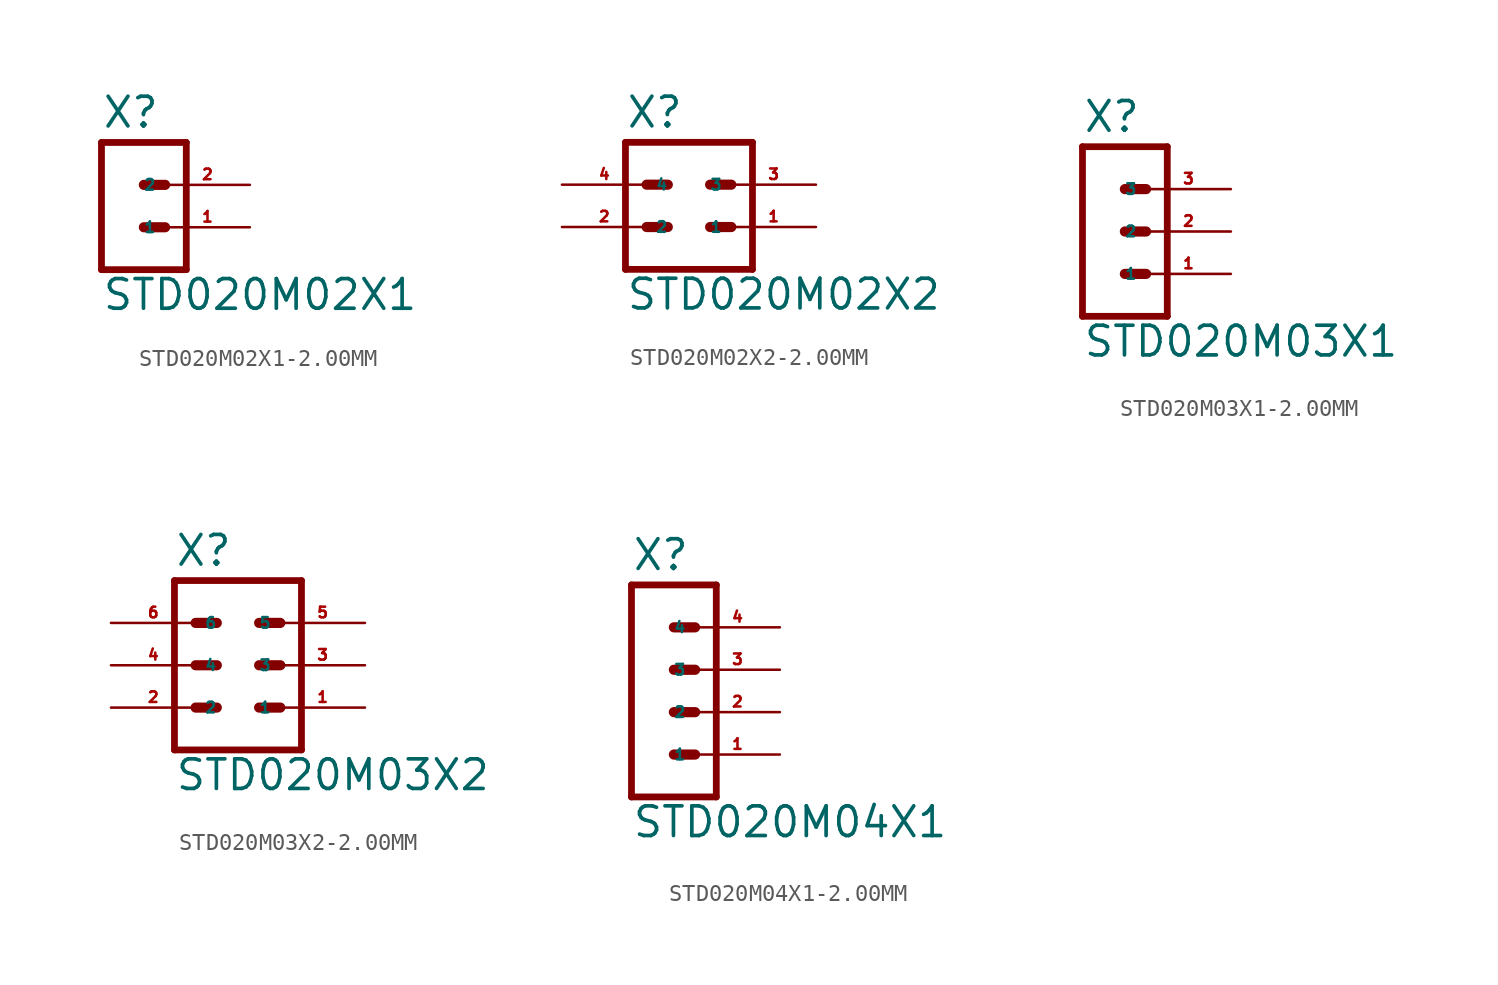
<source format=kicad_sym>
(kicad_symbol_lib
  (version 20220914)
  (generator Eagle2Kicad)
  (symbol "STD020M02X1-2.00MM"
    (property "Reference" "X"
      (at -1.27 3.302 0)
      (effects (font (size 1.778 1.778) (thickness 0.22)) (justify left bottom)))
    (property "Value" "STD020M02X1"
      (at -1.27 -7.62 0)
      (effects (font (size 1.778 1.778) (thickness 0.22)) (justify left bottom)))
    (polyline
      (pts (xy 3.81 -5.08) (xy -1.27 -5.08))
      (stroke (width 0.406) (type default))
      (fill (type none)))
    (polyline
      (pts (xy 1.27 0) (xy 2.54 0))
      (stroke (width 0.61) (type default))
      (fill (type none)))
    (polyline
      (pts (xy 1.27 -2.54) (xy 2.54 -2.54))
      (stroke (width 0.61) (type default))
      (fill (type none)))
    (polyline
      (pts (xy -1.27 2.54) (xy -1.27 -5.08))
      (stroke (width 0.406) (type default))
      (fill (type none)))
    (polyline
      (pts (xy 3.81 -5.08) (xy 3.81 2.54))
      (stroke (width 0.406) (type default))
      (fill (type none)))
    (polyline
      (pts (xy -1.27 2.54) (xy 3.81 2.54))
      (stroke (width 0.406) (type default))
      (fill (type none)))
    (pin passive line
      (at 7.62 -2.54 180)
      (length 5.08)
      (name "1" (effects (font (size 0.635 0.635) (thickness 0.08)) (justify left bottom)))
      (number "1" (effects (font (size 0.635 0.635) (thickness 0.08)) (justify left bottom))))
    (pin passive line
      (at 7.62 0 180)
      (length 5.08)
      (name "2" (effects (font (size 0.635 0.635) (thickness 0.08)) (justify left bottom)))
      (number "2" (effects (font (size 0.635 0.635) (thickness 0.08)) (justify left bottom)))))
  (symbol "STD020M02X2-2.00MM"
    (property "Reference" "X"
      (at -3.81 3.302 0)
      (effects (font (size 1.778 1.778) (thickness 0.22)) (justify left bottom)))
    (property "Value" "STD020M02X2"
      (at -3.81 -7.62 0)
      (effects (font (size 1.778 1.778) (thickness 0.22)) (justify left bottom)))
    (polyline
      (pts (xy 3.81 -5.08) (xy -3.81 -5.08))
      (stroke (width 0.406) (type default))
      (fill (type none)))
    (polyline
      (pts (xy 1.27 0) (xy 2.54 0))
      (stroke (width 0.61) (type default))
      (fill (type none)))
    (polyline
      (pts (xy 1.27 -2.54) (xy 2.54 -2.54))
      (stroke (width 0.61) (type default))
      (fill (type none)))
    (polyline
      (pts (xy -2.54 0) (xy -1.27 0))
      (stroke (width 0.61) (type default))
      (fill (type none)))
    (polyline
      (pts (xy -2.54 -2.54) (xy -1.27 -2.54))
      (stroke (width 0.61) (type default))
      (fill (type none)))
    (polyline
      (pts (xy -3.81 2.54) (xy -3.81 -5.08))
      (stroke (width 0.406) (type default))
      (fill (type none)))
    (polyline
      (pts (xy 3.81 -5.08) (xy 3.81 2.54))
      (stroke (width 0.406) (type default))
      (fill (type none)))
    (polyline
      (pts (xy -3.81 2.54) (xy 3.81 2.54))
      (stroke (width 0.406) (type default))
      (fill (type none)))
    (pin passive line
      (at 7.62 -2.54 180)
      (length 5.08)
      (name "1" (effects (font (size 0.635 0.635) (thickness 0.08)) (justify left bottom)))
      (number "1" (effects (font (size 0.635 0.635) (thickness 0.08)) (justify left bottom))))
    (pin passive line
      (at -7.62 -2.54 0)
      (length 5.08)
      (name "2" (effects (font (size 0.635 0.635) (thickness 0.08)) (justify left bottom)))
      (number "2" (effects (font (size 0.635 0.635) (thickness 0.08)) (justify left bottom))))
    (pin passive line
      (at 7.62 0 180)
      (length 5.08)
      (name "3" (effects (font (size 0.635 0.635) (thickness 0.08)) (justify left bottom)))
      (number "3" (effects (font (size 0.635 0.635) (thickness 0.08)) (justify left bottom))))
    (pin passive line
      (at -7.62 0 0)
      (length 5.08)
      (name "4" (effects (font (size 0.635 0.635) (thickness 0.08)) (justify left bottom)))
      (number "4" (effects (font (size 0.635 0.635) (thickness 0.08)) (justify left bottom)))))
  (symbol "STD020M03X1-2.00MM"
    (property "Reference" "X"
      (at -1.27 5.842 0)
      (effects (font (size 1.778 1.778) (thickness 0.22)) (justify left bottom)))
    (property "Value" "STD020M03X1"
      (at -1.27 -7.62 0)
      (effects (font (size 1.778 1.778) (thickness 0.22)) (justify left bottom)))
    (polyline
      (pts (xy 3.81 -5.08) (xy -1.27 -5.08))
      (stroke (width 0.406) (type default))
      (fill (type none)))
    (polyline
      (pts (xy 1.27 2.54) (xy 2.54 2.54))
      (stroke (width 0.61) (type default))
      (fill (type none)))
    (polyline
      (pts (xy 1.27 0) (xy 2.54 0))
      (stroke (width 0.61) (type default))
      (fill (type none)))
    (polyline
      (pts (xy 1.27 -2.54) (xy 2.54 -2.54))
      (stroke (width 0.61) (type default))
      (fill (type none)))
    (polyline
      (pts (xy -1.27 5.08) (xy -1.27 -5.08))
      (stroke (width 0.406) (type default))
      (fill (type none)))
    (polyline
      (pts (xy 3.81 -5.08) (xy 3.81 5.08))
      (stroke (width 0.406) (type default))
      (fill (type none)))
    (polyline
      (pts (xy -1.27 5.08) (xy 3.81 5.08))
      (stroke (width 0.406) (type default))
      (fill (type none)))
    (pin passive line
      (at 7.62 -2.54 180)
      (length 5.08)
      (name "1" (effects (font (size 0.635 0.635) (thickness 0.08)) (justify left bottom)))
      (number "1" (effects (font (size 0.635 0.635) (thickness 0.08)) (justify left bottom))))
    (pin passive line
      (at 7.62 0 180)
      (length 5.08)
      (name "2" (effects (font (size 0.635 0.635) (thickness 0.08)) (justify left bottom)))
      (number "2" (effects (font (size 0.635 0.635) (thickness 0.08)) (justify left bottom))))
    (pin passive line
      (at 7.62 2.54 180)
      (length 5.08)
      (name "3" (effects (font (size 0.635 0.635) (thickness 0.08)) (justify left bottom)))
      (number "3" (effects (font (size 0.635 0.635) (thickness 0.08)) (justify left bottom)))))
  (symbol "STD020M03X2-2.00MM"
    (property "Reference" "X"
      (at -3.81 5.842 0)
      (effects (font (size 1.778 1.778) (thickness 0.22)) (justify left bottom)))
    (property "Value" "STD020M03X2"
      (at -3.81 -7.62 0)
      (effects (font (size 1.778 1.778) (thickness 0.22)) (justify left bottom)))
    (polyline
      (pts (xy 3.81 -5.08) (xy -3.81 -5.08))
      (stroke (width 0.406) (type default))
      (fill (type none)))
    (polyline
      (pts (xy -3.81 5.08) (xy -3.81 -5.08))
      (stroke (width 0.406) (type default))
      (fill (type none)))
    (polyline
      (pts (xy 3.81 -5.08) (xy 3.81 5.08))
      (stroke (width 0.406) (type default))
      (fill (type none)))
    (polyline
      (pts (xy -3.81 5.08) (xy 3.81 5.08))
      (stroke (width 0.406) (type default))
      (fill (type none)))
    (polyline
      (pts (xy 1.27 2.54) (xy 2.54 2.54))
      (stroke (width 0.61) (type default))
      (fill (type none)))
    (polyline
      (pts (xy 1.27 0) (xy 2.54 0))
      (stroke (width 0.61) (type default))
      (fill (type none)))
    (polyline
      (pts (xy 1.27 -2.54) (xy 2.54 -2.54))
      (stroke (width 0.61) (type default))
      (fill (type none)))
    (polyline
      (pts (xy -2.54 2.54) (xy -1.27 2.54))
      (stroke (width 0.61) (type default))
      (fill (type none)))
    (polyline
      (pts (xy -2.54 0) (xy -1.27 0))
      (stroke (width 0.61) (type default))
      (fill (type none)))
    (polyline
      (pts (xy -2.54 -2.54) (xy -1.27 -2.54))
      (stroke (width 0.61) (type default))
      (fill (type none)))
    (pin passive line
      (at 7.62 -2.54 180)
      (length 5.08)
      (name "1" (effects (font (size 0.635 0.635) (thickness 0.08)) (justify left bottom)))
      (number "1" (effects (font (size 0.635 0.635) (thickness 0.08)) (justify left bottom))))
    (pin passive line
      (at 7.62 0 180)
      (length 5.08)
      (name "3" (effects (font (size 0.635 0.635) (thickness 0.08)) (justify left bottom)))
      (number "3" (effects (font (size 0.635 0.635) (thickness 0.08)) (justify left bottom))))
    (pin passive line
      (at 7.62 2.54 180)
      (length 5.08)
      (name "5" (effects (font (size 0.635 0.635) (thickness 0.08)) (justify left bottom)))
      (number "5" (effects (font (size 0.635 0.635) (thickness 0.08)) (justify left bottom))))
    (pin passive line
      (at -7.62 -2.54 0)
      (length 5.08)
      (name "2" (effects (font (size 0.635 0.635) (thickness 0.08)) (justify left bottom)))
      (number "2" (effects (font (size 0.635 0.635) (thickness 0.08)) (justify left bottom))))
    (pin passive line
      (at -7.62 0 0)
      (length 5.08)
      (name "4" (effects (font (size 0.635 0.635) (thickness 0.08)) (justify left bottom)))
      (number "4" (effects (font (size 0.635 0.635) (thickness 0.08)) (justify left bottom))))
    (pin passive line
      (at -7.62 2.54 0)
      (length 5.08)
      (name "6" (effects (font (size 0.635 0.635) (thickness 0.08)) (justify left bottom)))
      (number "6" (effects (font (size 0.635 0.635) (thickness 0.08)) (justify left bottom)))))
  (symbol "STD020M04X1-2.00MM"
    (property "Reference" "X"
      (at -1.27 5.842 0)
      (effects (font (size 1.778 1.778) (thickness 0.22)) (justify left bottom)))
    (property "Value" "STD020M04X1"
      (at -1.27 -10.16 0)
      (effects (font (size 1.778 1.778) (thickness 0.22)) (justify left bottom)))
    (polyline
      (pts (xy 3.81 -7.62) (xy -1.27 -7.62))
      (stroke (width 0.406) (type default))
      (fill (type none)))
    (polyline
      (pts (xy 1.27 0) (xy 2.54 0))
      (stroke (width 0.61) (type default))
      (fill (type none)))
    (polyline
      (pts (xy 1.27 -2.54) (xy 2.54 -2.54))
      (stroke (width 0.61) (type default))
      (fill (type none)))
    (polyline
      (pts (xy 1.27 -5.08) (xy 2.54 -5.08))
      (stroke (width 0.61) (type default))
      (fill (type none)))
    (polyline
      (pts (xy -1.27 5.08) (xy -1.27 -7.62))
      (stroke (width 0.406) (type default))
      (fill (type none)))
    (polyline
      (pts (xy 3.81 -7.62) (xy 3.81 5.08))
      (stroke (width 0.406) (type default))
      (fill (type none)))
    (polyline
      (pts (xy -1.27 5.08) (xy 3.81 5.08))
      (stroke (width 0.406) (type default))
      (fill (type none)))
    (polyline
      (pts (xy 1.27 2.54) (xy 2.54 2.54))
      (stroke (width 0.61) (type default))
      (fill (type none)))
    (pin passive line
      (at 7.62 -5.08 180)
      (length 5.08)
      (name "1" (effects (font (size 0.635 0.635) (thickness 0.08)) (justify left bottom)))
      (number "1" (effects (font (size 0.635 0.635) (thickness 0.08)) (justify left bottom))))
    (pin passive line
      (at 7.62 -2.54 180)
      (length 5.08)
      (name "2" (effects (font (size 0.635 0.635) (thickness 0.08)) (justify left bottom)))
      (number "2" (effects (font (size 0.635 0.635) (thickness 0.08)) (justify left bottom))))
    (pin passive line
      (at 7.62 0 180)
      (length 5.08)
      (name "3" (effects (font (size 0.635 0.635) (thickness 0.08)) (justify left bottom)))
      (number "3" (effects (font (size 0.635 0.635) (thickness 0.08)) (justify left bottom))))
    (pin passive line
      (at 7.62 2.54 180)
      (length 5.08)
      (name "4" (effects (font (size 0.635 0.635) (thickness 0.08)) (justify left bottom)))
      (number "4" (effects (font (size 0.635 0.635) (thickness 0.08)) (justify left bottom))))))
</source>
